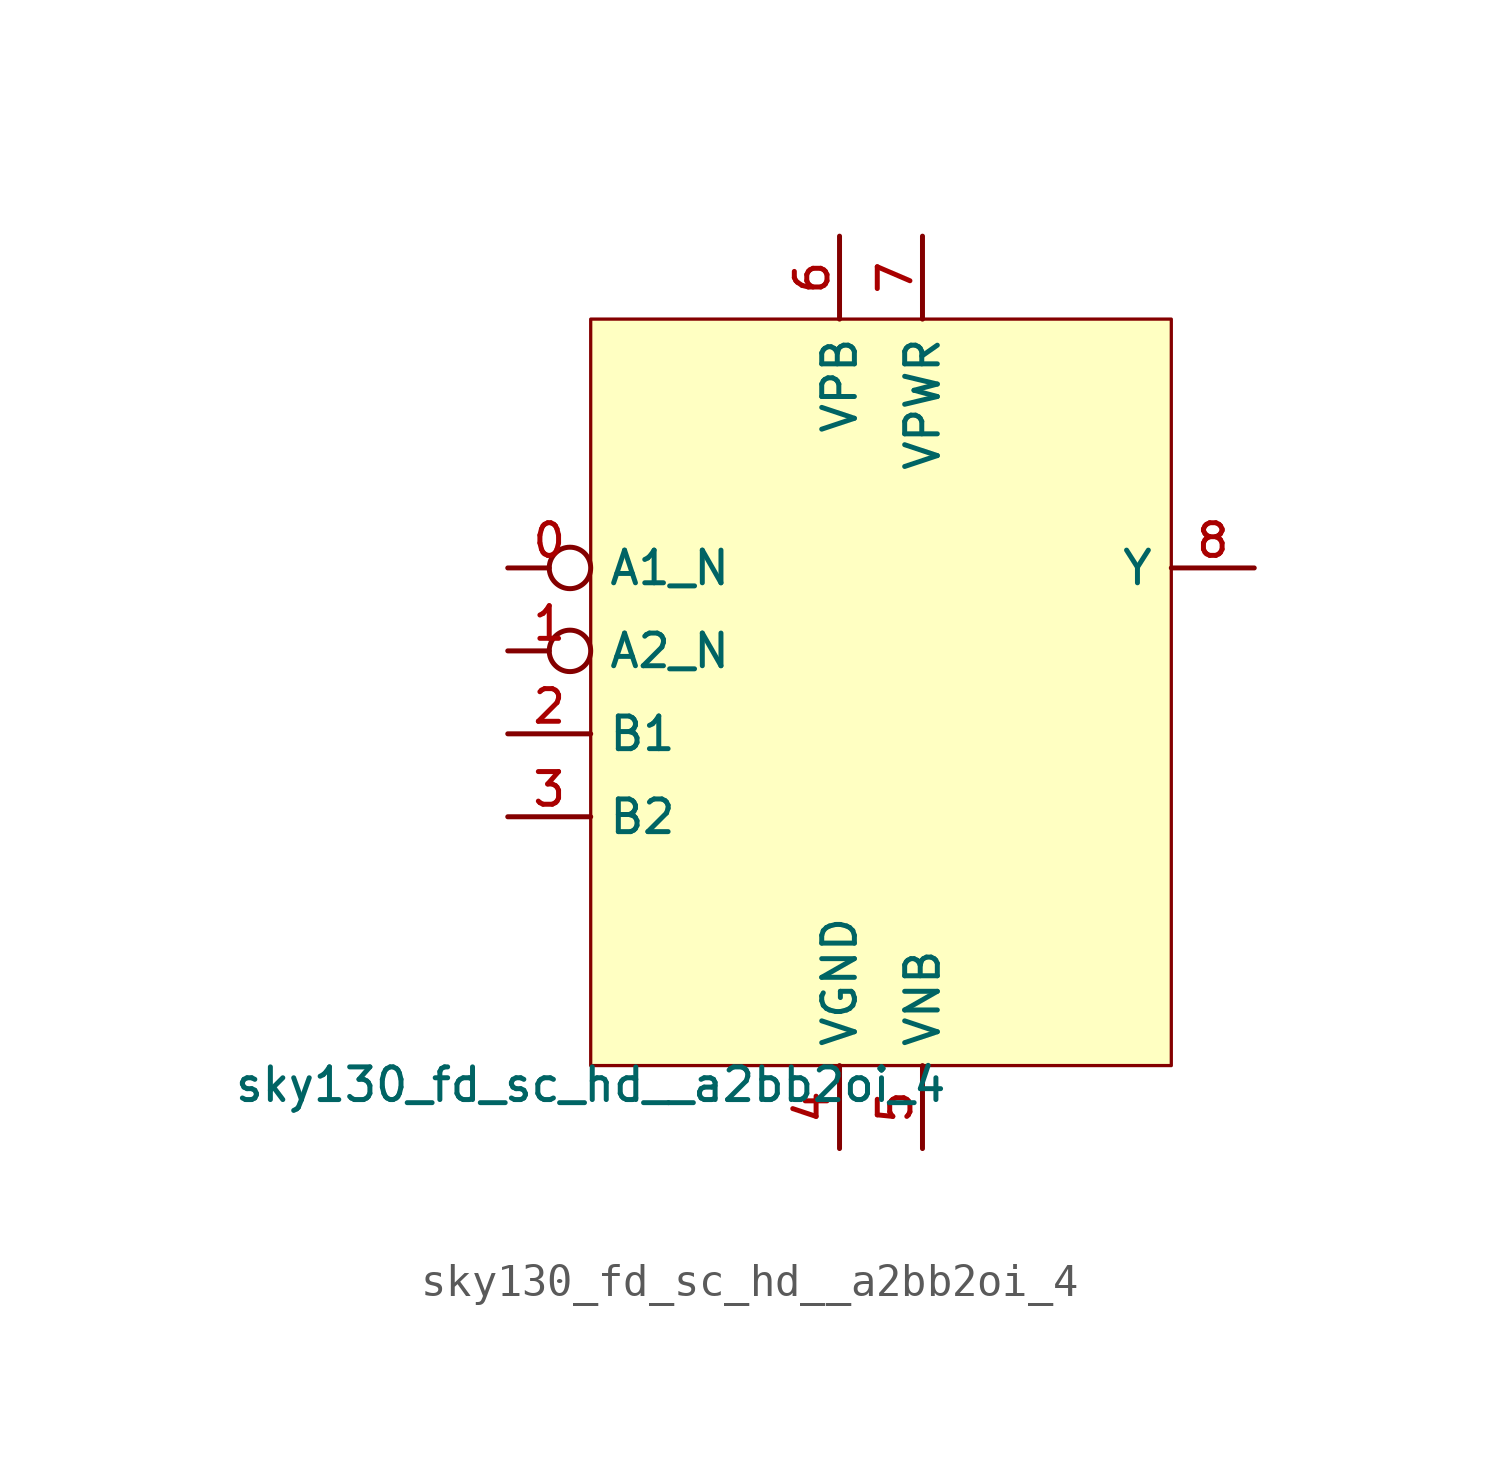
<source format=kicad_sym>
(kicad_symbol_lib
  (version 20211014)
  (generator lef2kicad_sym)
  (symbol "sky130_fd_sc_hd__a2bb2oi_4"
    (property "Reference" "X"
      (at 0 0 0)
      (effects (font (size 1 1)) hide))
    (property "Value" "sky130_fd_sc_hd__a2bb2oi_4"
      (at -8.89 -11.43 0)
      (effects (font (size 1 1)) (justify top)))
    (rectangle
      (start -8.89 -11.43)
      (end 8.89 11.43)
      (stroke (width 0.1) (type solid) (color 0 0 0 0))
      (fill (type background)))
    (pin input inverted
      (at -11.43 3.81 0)
      (length 2.54)
      (name "A1_N" (effects (font (size 1 1)) hide))
      (number "0" (effects (font (size 1 1)) hide)))
    (pin input inverted
      (at -11.43 1.27 0)
      (length 2.54)
      (name "A2_N" (effects (font (size 1 1)) hide))
      (number "1" (effects (font (size 1 1)) hide)))
    (pin input line
      (at -11.43 -1.27 0)
      (length 2.54)
      (name "B1" (effects (font (size 1 1)) hide))
      (number "2" (effects (font (size 1 1)) hide)))
    (pin input line
      (at -11.43 -3.81 0)
      (length 2.54)
      (name "B2" (effects (font (size 1 1)) hide))
      (number "3" (effects (font (size 1 1)) hide)))
    (pin power_in line
      (at -1.27 -13.97 90)
      (length 2.54)
      (name "VGND" (effects (font (size 1 1)) hide))
      (number "4" (effects (font (size 1 1)) hide)))
    (pin power_in line
      (at 1.27 -13.97 90)
      (length 2.54)
      (name "VNB" (effects (font (size 1 1)) hide))
      (number "5" (effects (font (size 1 1)) hide)))
    (pin power_in line
      (at -1.27 13.97 270)
      (length 2.54)
      (name "VPB" (effects (font (size 1 1)) hide))
      (number "6" (effects (font (size 1 1)) hide)))
    (pin power_in line
      (at 1.27 13.97 270)
      (length 2.54)
      (name "VPWR" (effects (font (size 1 1)) hide))
      (number "7" (effects (font (size 1 1)) hide)))
    (pin output line
      (at 11.43 3.81 180)
      (length 2.54)
      (name "Y" (effects (font (size 1 1)) hide))
      (number "8" (effects (font (size 1 1)) hide)))))
</source>
